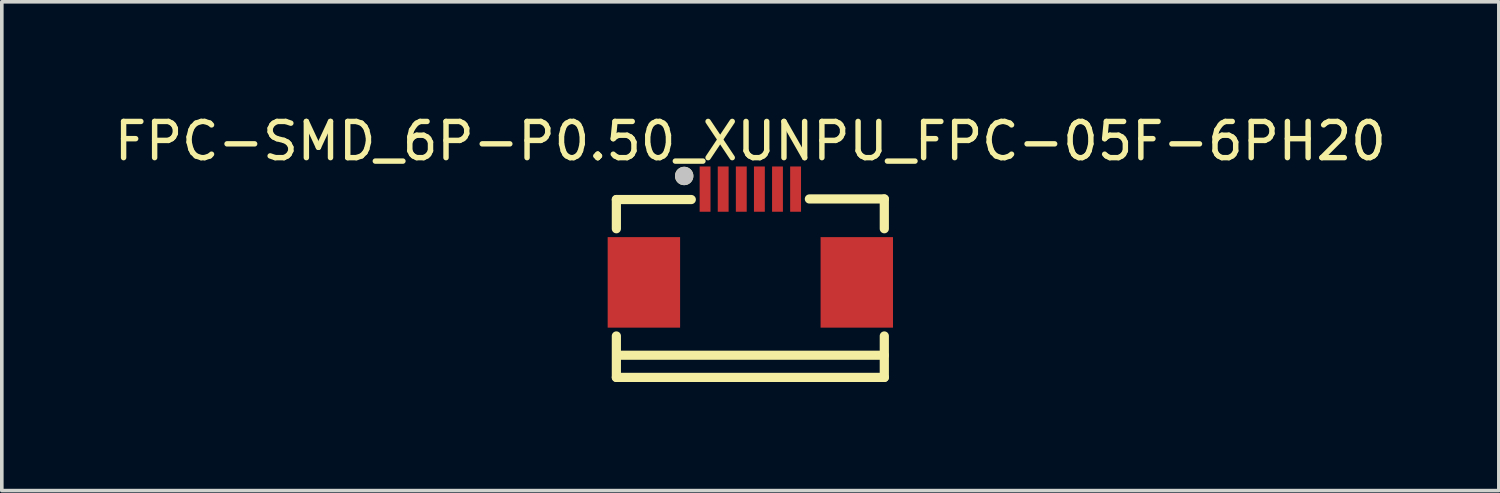
<source format=kicad_pcb>
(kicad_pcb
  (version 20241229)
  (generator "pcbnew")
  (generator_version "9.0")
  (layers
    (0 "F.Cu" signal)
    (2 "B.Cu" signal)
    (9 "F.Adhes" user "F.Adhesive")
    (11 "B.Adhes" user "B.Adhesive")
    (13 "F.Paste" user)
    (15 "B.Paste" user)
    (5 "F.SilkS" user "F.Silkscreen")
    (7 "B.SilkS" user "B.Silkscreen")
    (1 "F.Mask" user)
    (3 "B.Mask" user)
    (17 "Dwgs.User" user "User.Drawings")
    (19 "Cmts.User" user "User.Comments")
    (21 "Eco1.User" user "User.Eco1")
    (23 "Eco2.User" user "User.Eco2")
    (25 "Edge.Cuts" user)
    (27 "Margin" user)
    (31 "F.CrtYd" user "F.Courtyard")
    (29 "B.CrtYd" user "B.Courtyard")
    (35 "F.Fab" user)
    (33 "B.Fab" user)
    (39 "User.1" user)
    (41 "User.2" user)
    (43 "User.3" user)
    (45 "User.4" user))
  (footprint "FPC-SMD_6P-P0.50_XUNPU_FPC-05F-6PH20"
    (layer "F.Cu")
    (at 17.673 3.461)
    (property "Reference" "FPC-SMD_6P-P0.50_XUNPU_FPC-05F-6PH20" (at 0 -2.612 0) (unlocked yes) (layer "F.SilkS") (effects (font (size 1 1) (thickness 0.15))))
    (fp_line (start -3.7 -1) (end -1.631 -1) (stroke (width 0.254) (type default)) (layer "F.SilkS"))
    (fp_line (start -3.7 -0.194) (end -3.7 -1) (stroke (width 0.254) (type default)) (layer "F.SilkS"))
    (fp_line (start -3.7 3.913) (end -3.7 2.768) (stroke (width 0.254) (type default)) (layer "F.SilkS"))
    (fp_line (start -3.7 3.913) (end 3.7 3.913) (stroke (width 0.254) (type default)) (layer "F.SilkS"))
    (fp_line (start -3.55 3.3) (end 3.7 3.3) (stroke (width 0.254) (type default)) (layer "F.SilkS"))
    (fp_line (start 3.7 -1.016) (end 1.631 -1.016) (stroke (width 0.254) (type default)) (layer "F.SilkS"))
    (fp_line (start 3.7 -0.194) (end 3.7 -1.016) (stroke (width 0.254) (type default)) (layer "F.SilkS"))
    (fp_line (start 3.7 3.913) (end 3.7 2.768) (stroke (width 0.254) (type default)) (layer "F.SilkS"))
    (fp_circle (center -1.827 -1.651) (end -1.7 -1.651) (stroke (width 0.254) (type default)) (fill no) (layer "F.SilkS"))
    (fp_circle (center -1.827 -1.651) (end -1.7 -1.651) (stroke (width 0.254) (type default)) (fill no) (layer "Dwgs.User"))
    (fp_poly (pts (xy -3.7 1.8) (xy -2.25 1.8) (xy -2.25 0.7) (xy -3.7 0.7)) (stroke (width 0.1) (type default)) (fill no) (layer "User.1"))
    (fp_poly (pts (xy -1.35 -1.65) (xy -1.35 -0.8) (xy -1.15 -0.8) (xy -1.15 -1.65)) (stroke (width 0.1) (type default)) (fill no) (layer "User.1"))
    (fp_poly (pts (xy -0.85 -1.65) (xy -0.85 -0.8) (xy -0.65 -0.8) (xy -0.65 -1.65)) (stroke (width 0.1) (type default)) (fill no) (layer "User.1"))
    (fp_poly (pts (xy -0.35 -1.65) (xy -0.35 -0.8) (xy -0.15 -0.8) (xy -0.15 -1.65)) (stroke (width 0.1) (type default)) (fill no) (layer "User.1"))
    (fp_poly (pts (xy 0.15 -1.65) (xy 0.15 -0.8) (xy 0.35 -0.8) (xy 0.35 -1.65)) (stroke (width 0.1) (type default)) (fill no) (layer "User.1"))
    (fp_poly (pts (xy 0.65 -1.65) (xy 0.65 -0.8) (xy 0.85 -0.8) (xy 0.85 -1.65)) (stroke (width 0.1) (type default)) (fill no) (layer "User.1"))
    (fp_poly (pts (xy 1.15 -1.65) (xy 1.15 -0.8) (xy 1.35 -0.8) (xy 1.35 -1.65)) (stroke (width 0.1) (type default)) (fill no) (layer "User.1"))
    (fp_poly (pts (xy 3.7 0.7) (xy 2.25 0.7) (xy 2.25 1.8) (xy 3.7 1.8)) (stroke (width 0.1) (type default)) (fill no) (layer "User.1"))
    (fp_line (start -3.7 -0.8) (end -3.7 3.3) (stroke (width 0.051) (type default)) (layer "User.2"))
    (fp_line (start -3.7 3.3) (end -2.65 3.3) (stroke (width 0.051) (type default)) (layer "User.2"))
    (fp_line (start -3.6 -0.9) (end -3.7 -0.8) (stroke (width 0.051) (type default)) (layer "User.2"))
    (fp_line (start -3.3 3.4) (end -3.3 3.9) (stroke (width 0.051) (type default)) (layer "User.2"))
    (fp_line (start -3.3 3.9) (end -3.25 3.95) (stroke (width 0.051) (type default)) (layer "User.2"))
    (fp_line (start -3.25 3.35) (end -3.3 3.4) (stroke (width 0.051) (type default)) (layer "User.2"))
    (fp_line (start -3.25 3.95) (end 3.25 3.95) (stroke (width 0.051) (type default)) (layer "User.2"))
    (fp_line (start -2.65 3.3) (end -2.65 3.35) (stroke (width 0.051) (type default)) (layer "User.2"))
    (fp_line (start -2.65 3.35) (end -3.25 3.35) (stroke (width 0.051) (type default)) (layer "User.2"))
    (fp_line (start 2.65 3.3) (end 3.7 3.3) (stroke (width 0.051) (type default)) (layer "User.2"))
    (fp_line (start 2.65 3.35) (end 2.65 3.3) (stroke (width 0.051) (type default)) (layer "User.2"))
    (fp_line (start 3.25 3.35) (end 2.65 3.35) (stroke (width 0.051) (type default)) (layer "User.2"))
    (fp_line (start 3.25 3.95) (end 3.3 3.9) (stroke (width 0.051) (type default)) (layer "User.2"))
    (fp_line (start 3.3 3.4) (end 3.25 3.35) (stroke (width 0.051) (type default)) (layer "User.2"))
    (fp_line (start 3.3 3.9) (end 3.3 3.4) (stroke (width 0.051) (type default)) (layer "User.2"))
    (fp_line (start 3.6 -0.9) (end -3.6 -0.9) (stroke (width 0.051) (type default)) (layer "User.2"))
    (fp_line (start 3.7 -0.8) (end 3.6 -0.9) (stroke (width 0.051) (type default)) (layer "User.2"))
    (fp_line (start 3.7 0) (end 3.7 -0.8) (stroke (width 0.051) (type default)) (layer "User.2"))
    (fp_line (start 3.7 3.3) (end 3.7 0) (stroke (width 0.051) (type default)) (layer "User.2"))
    (fp_poly (pts (xy -3.64 -1.65) (xy -3.658 -1.692) (xy -3.7 -1.71) (xy -3.742 -1.692) (xy -3.76 -1.65) (xy -3.742 -1.608) (xy -3.7 -1.59) (xy -3.658 -1.608)) (stroke (width 0.1) (type default)) (fill no) (layer "User.3"))
    (pad "1" smd rect (at -1.25 -1.288) (size 0.3 1.25) (layers "F.Cu" "F.Mask" "F.Paste"))
    (pad "2" smd rect (at -0.75 -1.288) (size 0.3 1.25) (layers "F.Cu" "F.Mask" "F.Paste"))
    (pad "3" smd rect (at -0.25 -1.288) (size 0.3 1.25) (layers "F.Cu" "F.Mask" "F.Paste"))
    (pad "4" smd rect (at 0.25 -1.288) (size 0.3 1.25) (layers "F.Cu" "F.Mask" "F.Paste"))
    (pad "5" smd rect (at 0.75 -1.288) (size 0.3 1.25) (layers "F.Cu" "F.Mask" "F.Paste"))
    (pad "6" smd rect (at 1.25 -1.288) (size 0.3 1.25) (layers "F.Cu" "F.Mask" "F.Paste"))
    (pad "MP" smd rect (at -2.94 1.288) (size 2 2.5) (layers "F.Cu" "F.Mask" "F.Paste"))
    (pad "MP" smd rect (at 2.94 1.288) (size 2 2.5) (layers "F.Cu" "F.Mask" "F.Paste")))
  (gr_rect
    (start -3 -3)
    (end 38.345 10.5)
    (stroke (width 0.1) (type default))
    (fill no)
    (layer "Edge.Cuts")))
</source>
